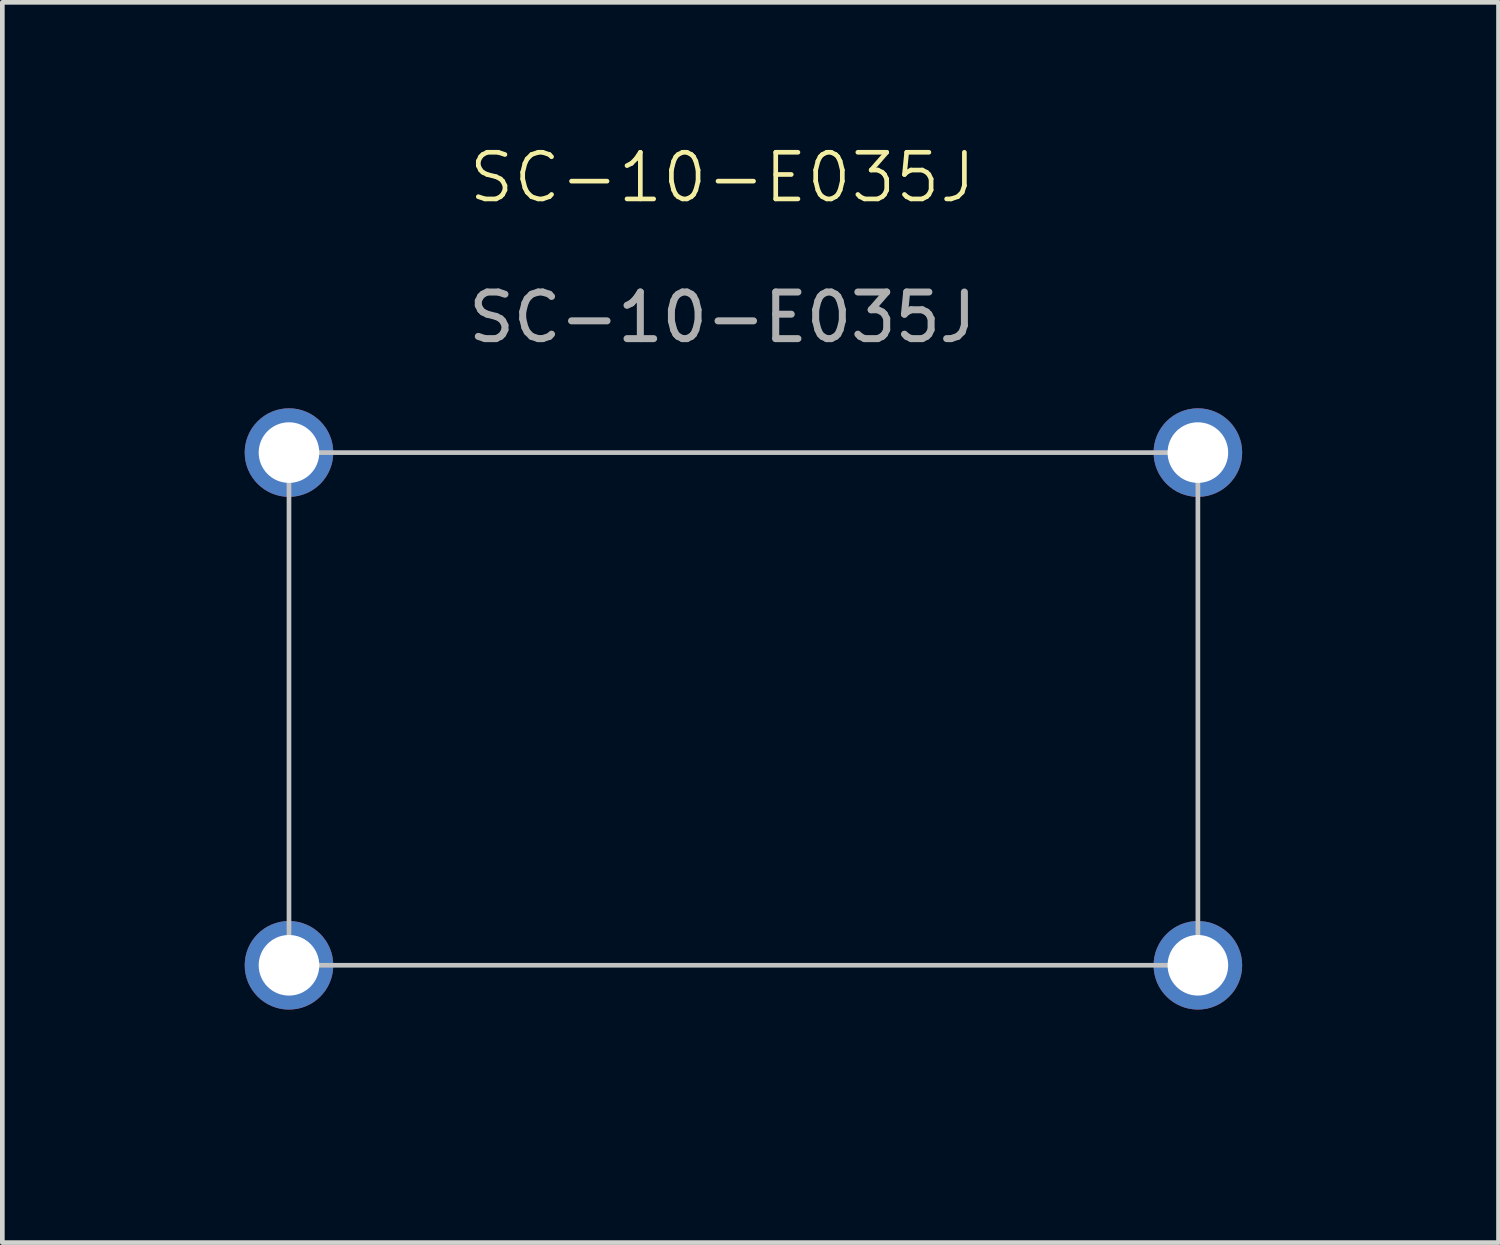
<source format=kicad_pcb>
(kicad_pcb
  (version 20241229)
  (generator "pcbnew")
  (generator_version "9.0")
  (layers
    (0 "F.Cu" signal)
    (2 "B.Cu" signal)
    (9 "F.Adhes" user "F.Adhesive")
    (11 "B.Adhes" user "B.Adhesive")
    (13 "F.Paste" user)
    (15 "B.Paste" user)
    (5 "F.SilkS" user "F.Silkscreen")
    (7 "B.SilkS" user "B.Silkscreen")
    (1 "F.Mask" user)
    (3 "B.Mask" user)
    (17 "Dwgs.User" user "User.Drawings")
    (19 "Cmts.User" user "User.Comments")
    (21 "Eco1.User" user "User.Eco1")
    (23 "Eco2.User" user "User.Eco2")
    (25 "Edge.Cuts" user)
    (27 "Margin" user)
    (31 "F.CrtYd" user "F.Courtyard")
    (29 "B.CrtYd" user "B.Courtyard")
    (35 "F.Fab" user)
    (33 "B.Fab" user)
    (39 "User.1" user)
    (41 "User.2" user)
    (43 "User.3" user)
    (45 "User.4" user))
  (footprint "SC-10-E035J"
    (layer "F.Cu")
    (at 12.45 1.26)
    (property "Reference" "SC-10-E035J" (at 0 -0.5 0) (unlocked yes) (layer "F.SilkS") (effects (font (size 1 1) (thickness 0.1))))
    (attr through_hole)
    (fp_rect (start -9.3 5.4) (end 10.2 16.4) (stroke (width 0.1) (type default)) (fill no) (layer "Dwgs.User"))
    (fp_rect (start -12.4 2.3) (end 13.6 19.3) (stroke (width 0.1) (type default)) (fill no) (layer "Margin"))
    (fp_text user "${REFERENCE}" (at 0 2.5 0) (unlocked yes) (layer "F.Fab") (effects (font (size 1 1) (thickness 0.15))))
    (pad "1" thru_hole circle (at -9.3 5.4) (size 1.9 1.9) (drill 1.3) (layers "*.Cu" "*.Mask"))
    (pad "2" thru_hole circle (at -9.3 16.4) (size 1.9 1.9) (drill 1.3) (layers "*.Cu" "*.Mask"))
    (pad "3" thru_hole circle (at 10.2 5.4) (size 1.9 1.9) (drill 1.3) (layers "*.Cu" "*.Mask"))
    (pad "4" thru_hole circle (at 10.2 16.4) (size 1.9 1.9) (drill 1.3) (layers "*.Cu" "*.Mask")))
  (gr_rect
    (start -3 -3)
    (end 29.1 23.61)
    (stroke (width 0.1) (type default))
    (fill no)
    (layer "Edge.Cuts")))
</source>
